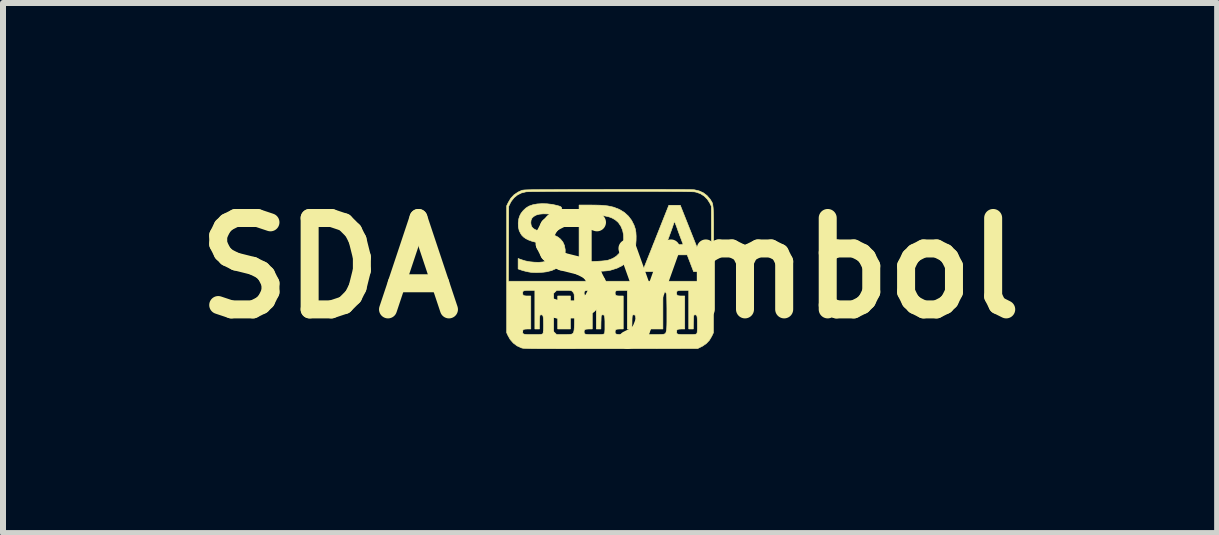
<source format=kicad_pcb>
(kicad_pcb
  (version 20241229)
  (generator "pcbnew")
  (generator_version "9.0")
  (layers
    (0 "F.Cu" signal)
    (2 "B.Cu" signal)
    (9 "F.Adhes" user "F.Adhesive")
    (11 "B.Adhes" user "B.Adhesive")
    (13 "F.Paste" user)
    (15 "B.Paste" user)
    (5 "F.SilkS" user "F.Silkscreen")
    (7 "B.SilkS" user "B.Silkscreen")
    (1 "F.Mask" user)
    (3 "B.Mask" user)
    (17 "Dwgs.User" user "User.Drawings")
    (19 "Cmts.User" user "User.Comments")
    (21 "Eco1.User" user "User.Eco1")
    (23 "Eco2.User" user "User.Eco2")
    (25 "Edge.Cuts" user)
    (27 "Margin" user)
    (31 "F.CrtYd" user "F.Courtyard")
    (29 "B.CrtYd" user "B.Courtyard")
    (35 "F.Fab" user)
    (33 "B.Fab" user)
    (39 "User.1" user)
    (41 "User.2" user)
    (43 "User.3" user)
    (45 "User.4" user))
  (footprint "SDA Symbol"
    (layer "F.Cu")
    (at 7.119 1.418)
    (property "Reference" "SDA Symbol" (at 0 0 0) (layer "F.SilkS") (effects (font (size 1.524 1.524) (thickness 0.3))))
    (attr through_hole)
    (fp_poly (pts (xy -0.66 1.016) (xy -0.872 1.016) (xy -0.872 0.466) (xy -0.66 0.466) (xy -0.66 1.016)) (stroke (width 0.01) (type solid)) (fill yes) (layer "F.SilkS"))
    (fp_poly (pts (xy 0.881 1.016) (xy 0.669 1.016) (xy 0.669 0.466) (xy 0.881 0.466) (xy 0.881 1.016)) (stroke (width 0.01) (type solid)) (fill yes) (layer "F.SilkS"))
    (fp_poly (pts (xy -0.332 -1.05) (xy -0.241 -1.049) (xy -0.163 -1.047) (xy -0.097 -1.042) (xy -0.04 -1.036) (xy 0.01 -1.026) (xy 0.057 -1.015) (xy 0.072 -1.01) (xy 0.161 -0.974) (xy 0.239 -0.926) (xy 0.305 -0.866) (xy 0.359 -0.795) (xy 0.4 -0.714) (xy 0.421 -0.652) (xy 0.431 -0.596) (xy 0.435 -0.531) (xy 0.434 -0.461) (xy 0.429 -0.393) (xy 0.418 -0.333) (xy 0.413 -0.316) (xy 0.379 -0.231) (xy 0.332 -0.156) (xy 0.272 -0.092) (xy 0.2 -0.039) (xy 0.115 0.003) (xy 0.018 0.033) (xy 0.013 0.035) (xy -0.014 0.04) (xy -0.042 0.045) (xy -0.074 0.048) (xy -0.112 0.051) (xy -0.16 0.053) (xy -0.219 0.055) (xy -0.29 0.057) (xy -0.516 0.061) (xy -0.516 -0.108) (xy -0.313 -0.108) (xy -0.197 -0.113) (xy -0.149 -0.116) (xy -0.104 -0.12) (xy -0.065 -0.125) (xy -0.037 -0.13) (xy -0.035 -0.13) (xy 0.041 -0.158) (xy 0.103 -0.196) (xy 0.152 -0.244) (xy 0.189 -0.303) (xy 0.213 -0.374) (xy 0.216 -0.388) (xy 0.227 -0.472) (xy 0.225 -0.553) (xy 0.21 -0.628) (xy 0.182 -0.695) (xy 0.143 -0.753) (xy 0.13 -0.767) (xy 0.086 -0.804) (xy 0.038 -0.832) (xy -0.017 -0.853) (xy -0.083 -0.868) (xy -0.161 -0.876) (xy -0.197 -0.878) (xy -0.313 -0.883) (xy -0.313 -0.108) (xy -0.516 -0.108) (xy -0.516 -1.05) (xy -0.332 -1.05)) (stroke (width 0.01) (type solid)) (fill yes) (layer "F.SilkS"))
    (fp_poly (pts (xy 1.39 -0.495) (xy 1.426 -0.404) (xy 1.461 -0.317) (xy 1.493 -0.236) (xy 1.522 -0.162) (xy 1.548 -0.097) (xy 1.57 -0.042) (xy 1.587 0.002) (xy 1.6 0.034) (xy 1.607 0.053) (xy 1.609 0.057) (xy 1.601 0.058) (xy 1.579 0.059) (xy 1.547 0.059) (xy 1.507 0.059) (xy 1.5 0.059) (xy 1.392 0.059) (xy 1.381 0.028) (xy 1.373 0.008) (xy 1.361 -0.024) (xy 1.346 -0.063) (xy 1.33 -0.106) (xy 1.327 -0.112) (xy 1.286 -0.22) (xy 0.866 -0.22) (xy 0.813 -0.08) (xy 0.76 0.059) (xy 0.651 0.059) (xy 0.61 0.059) (xy 0.576 0.059) (xy 0.553 0.058) (xy 0.542 0.057) (xy 0.542 0.057) (xy 0.545 0.049) (xy 0.554 0.027) (xy 0.568 -0.009) (xy 0.587 -0.057) (xy 0.61 -0.115) (xy 0.637 -0.183) (xy 0.667 -0.258) (xy 0.7 -0.341) (xy 0.719 -0.389) (xy 0.932 -0.389) (xy 1.076 -0.389) (xy 1.129 -0.39) (xy 1.167 -0.39) (xy 1.192 -0.391) (xy 1.207 -0.393) (xy 1.215 -0.396) (xy 1.216 -0.401) (xy 1.215 -0.404) (xy 1.204 -0.432) (xy 1.189 -0.472) (xy 1.171 -0.519) (xy 1.152 -0.57) (xy 1.134 -0.619) (xy 1.119 -0.662) (xy 1.107 -0.696) (xy 1.105 -0.701) (xy 1.093 -0.732) (xy 1.083 -0.756) (xy 1.076 -0.769) (xy 1.074 -0.77) (xy 1.067 -0.764) (xy 1.067 -0.762) (xy 1.064 -0.751) (xy 1.056 -0.728) (xy 1.045 -0.694) (xy 1.031 -0.654) (xy 1.015 -0.609) (xy 0.998 -0.563) (xy 0.982 -0.519) (xy 0.967 -0.479) (xy 0.954 -0.446) (xy 0.95 -0.434) (xy 0.932 -0.389) (xy 0.719 -0.389) (xy 0.735 -0.429) (xy 0.761 -0.495) (xy 0.98 -1.046) (xy 1.171 -1.046) (xy 1.39 -0.495)) (stroke (width 0.01) (type solid)) (fill yes) (layer "F.SilkS"))
    (fp_poly (pts (xy -1.051 -1.071) (xy -0.966 -1.061) (xy -0.919 -1.051) (xy -0.873 -1.04) (xy -0.842 -1.031) (xy -0.822 -1.022) (xy -0.81 -1.01) (xy -0.805 -0.993) (xy -0.804 -0.967) (xy -0.804 -0.933) (xy -0.804 -0.849) (xy -0.872 -0.869) (xy -0.958 -0.89) (xy -1.039 -0.902) (xy -1.112 -0.904) (xy -1.177 -0.898) (xy -1.232 -0.883) (xy -1.274 -0.859) (xy -1.302 -0.831) (xy -1.317 -0.795) (xy -1.321 -0.753) (xy -1.315 -0.712) (xy -1.305 -0.689) (xy -1.291 -0.671) (xy -1.273 -0.655) (xy -1.247 -0.64) (xy -1.213 -0.626) (xy -1.168 -0.612) (xy -1.109 -0.596) (xy -1.082 -0.589) (xy -1.016 -0.572) (xy -0.965 -0.557) (xy -0.924 -0.543) (xy -0.891 -0.529) (xy -0.864 -0.513) (xy -0.84 -0.494) (xy -0.826 -0.482) (xy -0.787 -0.435) (xy -0.761 -0.378) (xy -0.748 -0.311) (xy -0.747 -0.296) (xy -0.749 -0.217) (xy -0.766 -0.147) (xy -0.797 -0.086) (xy -0.842 -0.034) (xy -0.901 0.009) (xy -0.972 0.041) (xy -1.056 0.062) (xy -1.062 0.063) (xy -1.109 0.069) (xy -1.165 0.073) (xy -1.223 0.075) (xy -1.277 0.074) (xy -1.322 0.071) (xy -1.325 0.07) (xy -1.363 0.064) (xy -1.407 0.054) (xy -1.451 0.043) (xy -1.487 0.031) (xy -1.496 0.028) (xy -1.532 0.015) (xy -1.532 -0.072) (xy -1.532 -0.159) (xy -1.477 -0.139) (xy -1.409 -0.118) (xy -1.335 -0.104) (xy -1.259 -0.097) (xy -1.186 -0.095) (xy -1.121 -0.101) (xy -1.083 -0.11) (xy -1.031 -0.132) (xy -0.993 -0.164) (xy -0.968 -0.205) (xy -0.959 -0.252) (xy -0.957 -0.282) (xy -0.96 -0.301) (xy -0.969 -0.318) (xy -0.978 -0.329) (xy -1 -0.351) (xy -1.028 -0.369) (xy -1.064 -0.385) (xy -1.112 -0.399) (xy -1.162 -0.411) (xy -1.243 -0.431) (xy -1.309 -0.449) (xy -1.362 -0.469) (xy -1.405 -0.491) (xy -1.439 -0.515) (xy -1.468 -0.543) (xy -1.487 -0.57) (xy -1.514 -0.623) (xy -1.528 -0.685) (xy -1.53 -0.752) (xy -1.521 -0.821) (xy -1.506 -0.868) (xy -1.482 -0.914) (xy -1.446 -0.959) (xy -1.403 -0.999) (xy -1.357 -1.029) (xy -1.351 -1.032) (xy -1.289 -1.054) (xy -1.216 -1.068) (xy -1.135 -1.073) (xy -1.051 -1.071)) (stroke (width 0.01) (type solid)) (fill yes) (layer "F.SilkS"))
    (fp_poly (pts (xy 0.693 -1.311) (xy 0.839 -1.311) (xy 0.968 -1.31) (xy 1.08 -1.31) (xy 1.177 -1.309) (xy 1.257 -1.308) (xy 1.32 -1.308) (xy 1.367 -1.306) (xy 1.397 -1.305) (xy 1.408 -1.304) (xy 1.485 -1.286) (xy 1.555 -1.254) (xy 1.616 -1.208) (xy 1.666 -1.15) (xy 1.675 -1.137) (xy 1.682 -1.125) (xy 1.689 -1.114) (xy 1.695 -1.104) (xy 1.701 -1.093) (xy 1.706 -1.081) (xy 1.71 -1.067) (xy 1.713 -1.049) (xy 1.716 -1.027) (xy 1.719 -1) (xy 1.721 -0.967) (xy 1.723 -0.927) (xy 1.724 -0.879) (xy 1.725 -0.822) (xy 1.726 -0.755) (xy 1.726 -0.678) (xy 1.726 -0.59) (xy 1.726 -0.489) (xy 1.726 -0.374) (xy 1.726 -0.245) (xy 1.726 -0.101) (xy 1.725 0.034) (xy 1.723 1.079) (xy 1.696 1.136) (xy 1.656 1.204) (xy 1.604 1.259) (xy 1.54 1.303) (xy 1.525 1.31) (xy 1.461 1.342) (xy 0.013 1.344) (xy -0.171 1.344) (xy -0.338 1.344) (xy -0.491 1.344) (xy -0.628 1.345) (xy -0.752 1.345) (xy -0.863 1.345) (xy -0.961 1.344) (xy -1.048 1.344) (xy -1.124 1.344) (xy -1.19 1.344) (xy -1.247 1.343) (xy -1.296 1.343) (xy -1.336 1.342) (xy -1.37 1.341) (xy -1.397 1.34) (xy -1.42 1.339) (xy -1.437 1.338) (xy -1.451 1.337) (xy -1.461 1.335) (xy -1.47 1.333) (xy -1.476 1.331) (xy -1.479 1.33) (xy -1.551 1.297) (xy -1.613 1.25) (xy -1.665 1.19) (xy -1.699 1.13) (xy -1.723 1.079) (xy -1.723 0.419) (xy -1.456 0.419) (xy -1.454 0.441) (xy -1.444 0.455) (xy -1.424 0.463) (xy -1.391 0.466) (xy -1.378 0.466) (xy -1.321 0.466) (xy -1.321 1.016) (xy -1.378 1.016) (xy -1.416 1.018) (xy -1.439 1.023) (xy -1.452 1.035) (xy -1.456 1.055) (xy -1.456 1.063) (xy -1.456 1.078) (xy -1.452 1.09) (xy -1.443 1.098) (xy -1.427 1.104) (xy -1.402 1.107) (xy -1.364 1.109) (xy -1.314 1.109) (xy -1.286 1.109) (xy -1.23 1.109) (xy -1.189 1.108) (xy -1.16 1.107) (xy -1.141 1.104) (xy -1.129 1.1) (xy -1.122 1.096) (xy -1.117 1.088) (xy -1.114 1.075) (xy -1.111 1.054) (xy -1.11 1.022) (xy -1.109 0.977) (xy -1.109 0.945) (xy -1.11 0.887) (xy -1.111 0.844) (xy -1.115 0.813) (xy -1.12 0.794) (xy -1.129 0.783) (xy -1.14 0.78) (xy -1.152 0.78) (xy -1.16 0.782) (xy -1.166 0.786) (xy -1.17 0.795) (xy -1.172 0.811) (xy -1.174 0.838) (xy -1.175 0.878) (xy -1.175 0.9) (xy -1.177 1.016) (xy -1.253 1.016) (xy -1.253 0.422) (xy -0.94 0.422) (xy -0.94 1.06) (xy -0.89 1.109) (xy -0.771 1.109) (xy -0.722 1.108) (xy -0.682 1.107) (xy -0.651 1.104) (xy -0.635 1.1) (xy -0.634 1.1) (xy -0.623 1.093) (xy -0.615 1.085) (xy -0.608 1.072) (xy -0.603 1.054) (xy -0.599 1.03) (xy -0.596 0.996) (xy -0.594 0.952) (xy -0.593 0.896) (xy -0.593 0.827) (xy -0.593 0.742) (xy -0.593 0.742) (xy -0.593 0.672) (xy -0.594 0.607) (xy -0.595 0.548) (xy -0.596 0.499) (xy -0.597 0.462) (xy -0.599 0.437) (xy -0.601 0.429) (xy -0.606 0.419) (xy -0.432 0.419) (xy -0.429 0.441) (xy -0.419 0.455) (xy -0.399 0.463) (xy -0.366 0.466) (xy -0.354 0.466) (xy -0.296 0.466) (xy -0.296 1.016) (xy -0.354 1.016) (xy -0.391 1.018) (xy -0.415 1.023) (xy -0.427 1.035) (xy -0.432 1.055) (xy -0.432 1.063) (xy -0.431 1.078) (xy -0.427 1.09) (xy -0.419 1.098) (xy -0.403 1.104) (xy -0.377 1.107) (xy -0.34 1.109) (xy -0.289 1.109) (xy -0.261 1.109) (xy -0.206 1.109) (xy -0.165 1.108) (xy -0.136 1.107) (xy -0.116 1.104) (xy -0.104 1.1) (xy -0.098 1.096) (xy -0.093 1.088) (xy -0.089 1.075) (xy -0.087 1.054) (xy -0.085 1.022) (xy -0.085 0.977) (xy -0.085 0.945) (xy -0.085 0.887) (xy -0.087 0.844) (xy -0.09 0.813) (xy -0.096 0.794) (xy -0.104 0.783) (xy -0.116 0.78) (xy -0.127 0.78) (xy -0.136 0.782) (xy -0.141 0.786) (xy -0.145 0.795) (xy -0.148 0.811) (xy -0.149 0.838) (xy -0.15 0.878) (xy -0.151 0.9) (xy -0.153 1.016) (xy -0.229 1.016) (xy -0.229 0.419) (xy 0.085 0.419) (xy 0.087 0.441) (xy 0.097 0.455) (xy 0.117 0.463) (xy 0.15 0.466) (xy 0.163 0.466) (xy 0.22 0.466) (xy 0.22 1.016) (xy 0.163 1.016) (xy 0.125 1.018) (xy 0.102 1.023) (xy 0.089 1.035) (xy 0.085 1.055) (xy 0.085 1.063) (xy 0.085 1.078) (xy 0.089 1.09) (xy 0.098 1.098) (xy 0.114 1.104) (xy 0.139 1.107) (xy 0.176 1.109) (xy 0.227 1.109) (xy 0.255 1.109) (xy 0.311 1.109) (xy 0.352 1.108) (xy 0.381 1.107) (xy 0.4 1.104) (xy 0.412 1.1) (xy 0.418 1.096) (xy 0.424 1.088) (xy 0.427 1.075) (xy 0.43 1.054) (xy 0.431 1.022) (xy 0.432 0.977) (xy 0.432 0.945) (xy 0.431 0.887) (xy 0.43 0.844) (xy 0.426 0.813) (xy 0.421 0.794) (xy 0.412 0.783) (xy 0.401 0.78) (xy 0.389 0.78) (xy 0.381 0.782) (xy 0.375 0.786) (xy 0.371 0.795) (xy 0.369 0.811) (xy 0.367 0.838) (xy 0.366 0.878) (xy 0.366 0.9) (xy 0.364 1.016) (xy 0.288 1.016) (xy 0.288 0.422) (xy 0.601 0.422) (xy 0.601 1.06) (xy 0.626 1.084) (xy 0.651 1.109) (xy 0.77 1.109) (xy 0.819 1.108) (xy 0.859 1.107) (xy 0.89 1.104) (xy 0.906 1.1) (xy 0.907 1.1) (xy 0.918 1.093) (xy 0.926 1.085) (xy 0.933 1.072) (xy 0.938 1.054) (xy 0.942 1.03) (xy 0.945 0.996) (xy 0.947 0.952) (xy 0.948 0.896) (xy 0.948 0.827) (xy 0.948 0.742) (xy 0.948 0.742) (xy 0.948 0.672) (xy 0.947 0.607) (xy 0.946 0.548) (xy 0.945 0.499) (xy 0.944 0.462) (xy 0.942 0.437) (xy 0.94 0.429) (xy 0.935 0.419) (xy 1.109 0.419) (xy 1.112 0.441) (xy 1.122 0.455) (xy 1.142 0.463) (xy 1.174 0.466) (xy 1.187 0.466) (xy 1.245 0.466) (xy 1.245 1.016) (xy 1.187 1.016) (xy 1.15 1.018) (xy 1.126 1.023) (xy 1.114 1.035) (xy 1.109 1.055) (xy 1.109 1.063) (xy 1.11 1.078) (xy 1.114 1.09) (xy 1.122 1.098) (xy 1.138 1.104) (xy 1.164 1.107) (xy 1.201 1.109) (xy 1.252 1.109) (xy 1.28 1.109) (xy 1.335 1.109) (xy 1.376 1.108) (xy 1.405 1.107) (xy 1.425 1.104) (xy 1.437 1.1) (xy 1.443 1.096) (xy 1.448 1.088) (xy 1.452 1.075) (xy 1.454 1.054) (xy 1.456 1.022) (xy 1.456 0.977) (xy 1.456 0.945) (xy 1.456 0.887) (xy 1.454 0.844) (xy 1.451 0.813) (xy 1.445 0.794) (xy 1.437 0.783) (xy 1.425 0.78) (xy 1.413 0.78) (xy 1.405 0.782) (xy 1.399 0.786) (xy 1.396 0.795) (xy 1.393 0.811) (xy 1.392 0.838) (xy 1.391 0.878) (xy 1.39 0.9) (xy 1.388 1.016) (xy 1.312 1.016) (xy 1.312 0.373) (xy 1.221 0.373) (xy 1.175 0.373) (xy 1.144 0.376) (xy 1.124 0.381) (xy 1.114 0.391) (xy 1.11 0.406) (xy 1.109 0.419) (xy 0.935 0.419) (xy 0.928 0.407) (xy 0.913 0.39) (xy 0.905 0.383) (xy 0.894 0.378) (xy 0.878 0.375) (xy 0.854 0.373) (xy 0.82 0.373) (xy 0.772 0.373) (xy 0.651 0.373) (xy 0.626 0.397) (xy 0.601 0.422) (xy 0.288 0.422) (xy 0.288 0.373) (xy 0.196 0.373) (xy 0.151 0.373) (xy 0.12 0.376) (xy 0.1 0.381) (xy 0.089 0.391) (xy 0.085 0.406) (xy 0.085 0.419) (xy -0.229 0.419) (xy -0.229 0.373) (xy -0.32 0.373) (xy -0.366 0.373) (xy -0.397 0.376) (xy -0.416 0.381) (xy -0.427 0.391) (xy -0.431 0.406) (xy -0.432 0.419) (xy -0.606 0.419) (xy -0.613 0.407) (xy -0.628 0.39) (xy -0.636 0.383) (xy -0.647 0.378) (xy -0.663 0.375) (xy -0.687 0.373) (xy -0.721 0.373) (xy -0.768 0.373) (xy -0.89 0.373) (xy -0.94 0.422) (xy -1.253 0.422) (xy -1.253 0.373) (xy -1.345 0.373) (xy -1.39 0.373) (xy -1.421 0.376) (xy -1.441 0.381) (xy -1.452 0.391) (xy -1.456 0.406) (xy -1.456 0.419) (xy -1.723 0.419) (xy -1.723 0.22) (xy -1.694 0.22) (xy 1.694 0.22) (xy 1.691 -0.404) (xy 1.689 -1.029) (xy 1.662 -1.085) (xy 1.622 -1.147) (xy 1.57 -1.199) (xy 1.508 -1.239) (xy 1.437 -1.264) (xy 1.408 -1.27) (xy 1.394 -1.271) (xy 1.363 -1.272) (xy 1.318 -1.273) (xy 1.259 -1.274) (xy 1.188 -1.275) (xy 1.106 -1.275) (xy 1.013 -1.276) (xy 0.911 -1.276) (xy 0.801 -1.277) (xy 0.684 -1.277) (xy 0.561 -1.278) (xy 0.434 -1.278) (xy 0.303 -1.278) (xy 0.169 -1.278) (xy 0.034 -1.278) (xy -0.101 -1.278) (xy -0.236 -1.278) (xy -0.368 -1.278) (xy -0.497 -1.278) (xy -0.622 -1.277) (xy -0.742 -1.277) (xy -0.856 -1.277) (xy -0.961 -1.276) (xy -1.059 -1.276) (xy -1.146 -1.275) (xy -1.223 -1.274) (xy -1.288 -1.274) (xy -1.339 -1.273) (xy -1.377 -1.272) (xy -1.399 -1.271) (xy -1.403 -1.27) (xy -1.476 -1.252) (xy -1.542 -1.219) (xy -1.599 -1.173) (xy -1.645 -1.115) (xy -1.662 -1.085) (xy -1.689 -1.029) (xy -1.691 -0.404) (xy -1.694 0.22) (xy -1.723 0.22) (xy -1.723 -1.037) (xy -1.696 -1.093) (xy -1.655 -1.162) (xy -1.601 -1.22) (xy -1.535 -1.265) (xy -1.477 -1.292) (xy -1.472 -1.294) (xy -1.465 -1.296) (xy -1.456 -1.298) (xy -1.445 -1.299) (xy -1.431 -1.301) (xy -1.413 -1.302) (xy -1.39 -1.303) (xy -1.362 -1.304) (xy -1.327 -1.305) (xy -1.285 -1.306) (xy -1.235 -1.306) (xy -1.176 -1.307) (xy -1.107 -1.308) (xy -1.029 -1.308) (xy -0.939 -1.308) (xy -0.838 -1.309) (xy -0.723 -1.309) (xy -0.596 -1.31) (xy -0.454 -1.31) (xy -0.296 -1.31) (xy -0.124 -1.31) (xy -0.047 -1.311) (xy 0.162 -1.311) (xy 0.355 -1.311) (xy 0.532 -1.311) (xy 0.693 -1.311)) (stroke (width 0.01) (type solid)) (fill yes) (layer "F.SilkS")))
  (gr_rect
    (start -3 -3)
    (end 17.239 5.836)
    (stroke (width 0.1) (type default))
    (fill no)
    (layer "Edge.Cuts")))
</source>
